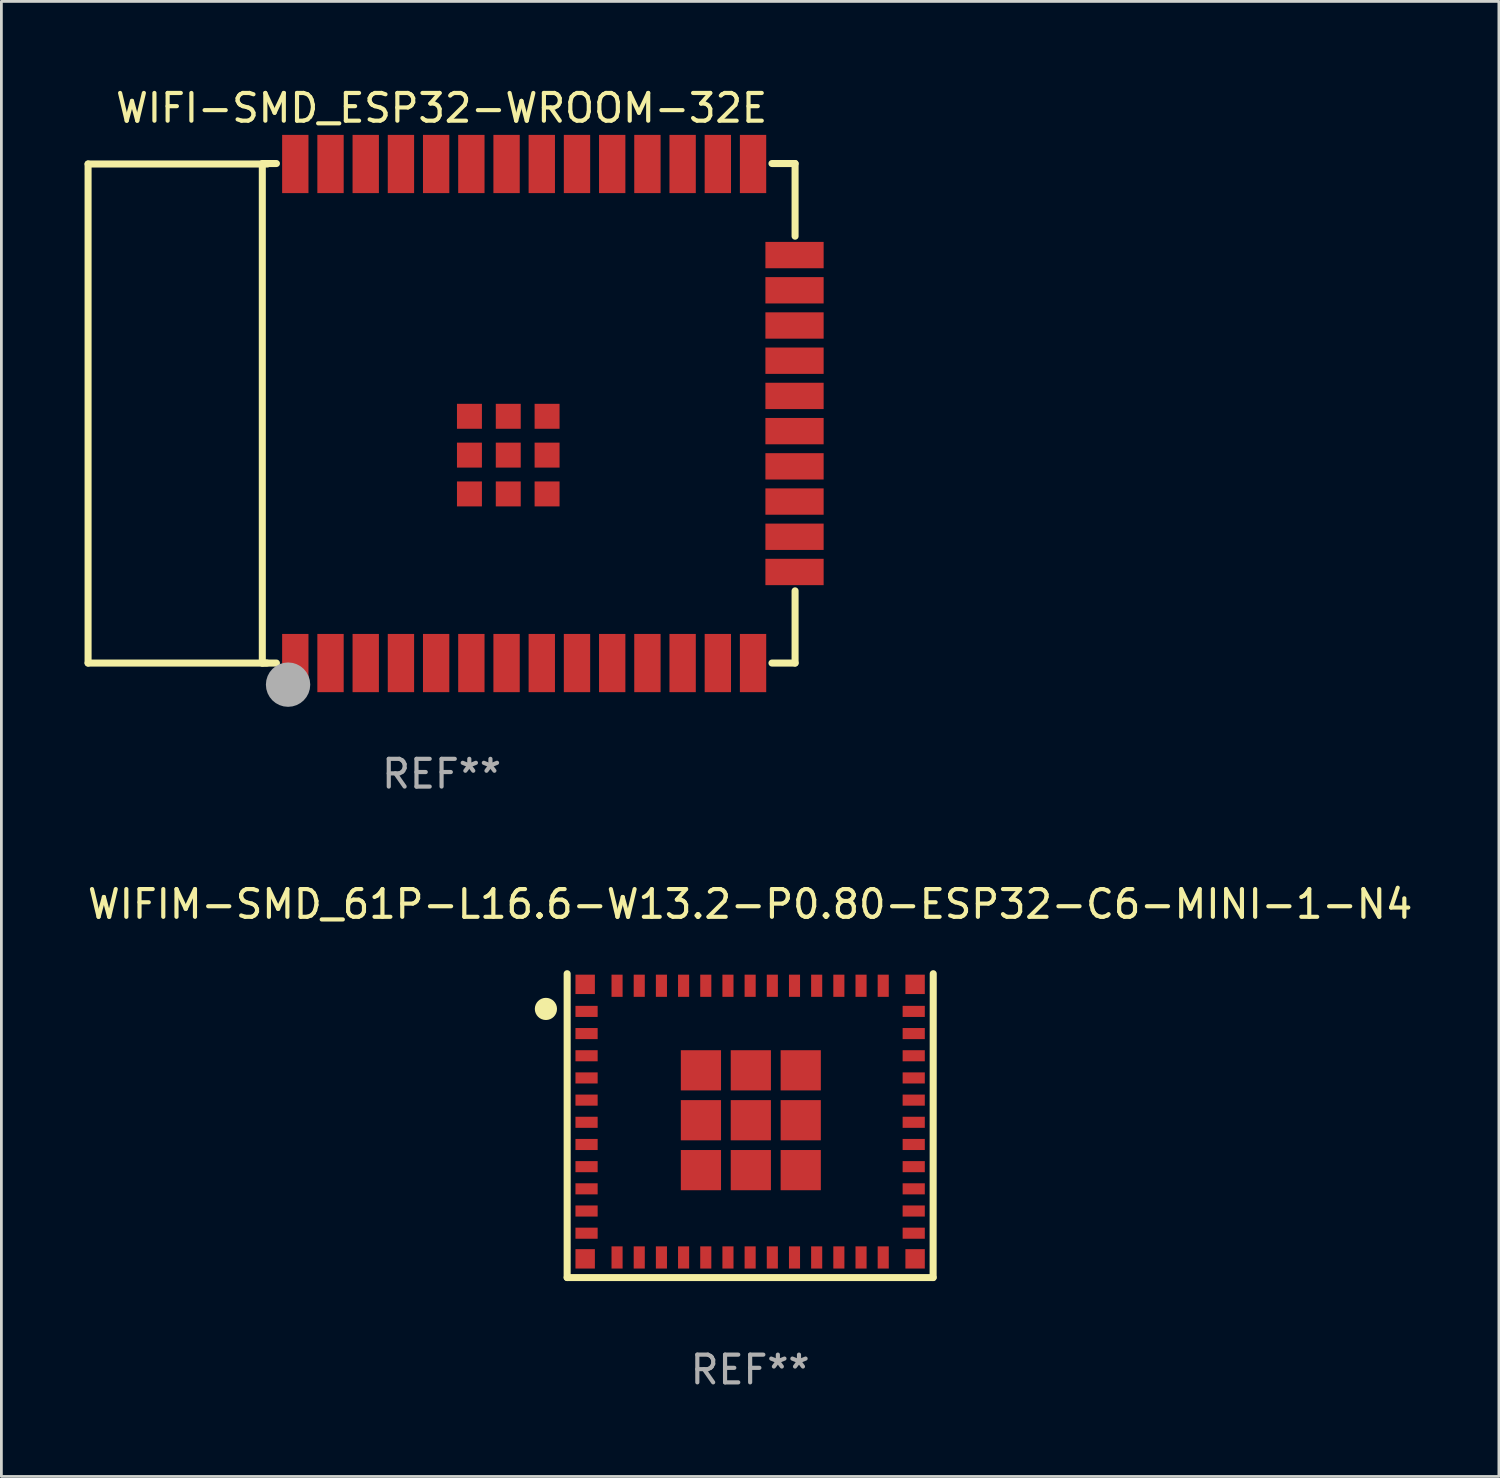
<source format=kicad_pcb>
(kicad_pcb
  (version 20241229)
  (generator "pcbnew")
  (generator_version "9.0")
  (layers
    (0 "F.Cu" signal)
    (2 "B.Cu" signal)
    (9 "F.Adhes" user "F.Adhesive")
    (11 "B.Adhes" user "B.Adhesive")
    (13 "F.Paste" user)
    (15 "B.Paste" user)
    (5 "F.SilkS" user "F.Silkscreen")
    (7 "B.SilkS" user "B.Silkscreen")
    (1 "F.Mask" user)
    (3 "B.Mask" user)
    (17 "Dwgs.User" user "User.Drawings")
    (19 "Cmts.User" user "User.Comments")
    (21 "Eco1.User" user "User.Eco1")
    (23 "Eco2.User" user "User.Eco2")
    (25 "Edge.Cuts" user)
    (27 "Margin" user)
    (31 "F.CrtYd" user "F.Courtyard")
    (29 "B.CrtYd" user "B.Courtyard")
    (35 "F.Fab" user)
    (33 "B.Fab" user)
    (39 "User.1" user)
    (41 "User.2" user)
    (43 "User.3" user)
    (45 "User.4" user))
  (footprint "WIFIM-SMD_61P-L16.6-W13.2-P0.80-ESP32-C6-MINI-1-N4"
    (layer "F.Cu")
    (at 24.006 37.404)
    (property "Reference" "WIFIM-SMD_61P-L16.6-W13.2-P0.80-ESP32-C6-MINI-1-N4" (at 0 -7.842 0) (layer "F.SilkS") (effects (font (size 1 1) (thickness 0.15))))
    (attr smd)
    (fp_line (start -6.6 -5.334) (end -6.6 5.625) (stroke (width 0.254) (type solid)) (layer "F.SilkS"))
    (fp_line (start -6.6 5.625) (end 6.6 5.625) (stroke (width 0.254) (type solid)) (layer "F.SilkS"))
    (fp_line (start 6.6 5.625) (end 6.604 -5.334) (stroke (width 0.254) (type solid)) (layer "F.SilkS"))
    (fp_circle (center -7.366 -4.064) (end -7.166 -4.064) (stroke (width 0.4) (type solid)) (fill no) (layer "F.SilkS"))
    (fp_text user "REF**" (at 0 8.95 0) (layer "F.Fab") (effects (font (size 1 1) (thickness 0.15))))
    (pad "1" smd rect (at -5.9 -3.975) (size 0.8 0.4) (layers "F.Cu" "F.Mask" "F.Paste"))
    (pad "2" smd rect (at -5.9 -3.175) (size 0.8 0.4) (layers "F.Cu" "F.Mask" "F.Paste"))
    (pad "3" smd rect (at -5.9 -2.375) (size 0.8 0.4) (layers "F.Cu" "F.Mask" "F.Paste"))
    (pad "4" smd rect (at -5.9 -1.575) (size 0.8 0.4) (layers "F.Cu" "F.Mask" "F.Paste"))
    (pad "5" smd rect (at -5.9 -0.775) (size 0.8 0.4) (layers "F.Cu" "F.Mask" "F.Paste"))
    (pad "6" smd rect (at -5.9 0.025) (size 0.8 0.4) (layers "F.Cu" "F.Mask" "F.Paste"))
    (pad "7" smd rect (at -5.9 0.825) (size 0.8 0.4) (layers "F.Cu" "F.Mask" "F.Paste"))
    (pad "8" smd rect (at -5.9 1.625) (size 0.8 0.4) (layers "F.Cu" "F.Mask" "F.Paste"))
    (pad "9" smd rect (at -5.9 2.425) (size 0.8 0.4) (layers "F.Cu" "F.Mask" "F.Paste"))
    (pad "10" smd rect (at -5.9 3.225) (size 0.8 0.4) (layers "F.Cu" "F.Mask" "F.Paste"))
    (pad "11" smd rect (at -5.9 4.025) (size 0.8 0.4) (layers "F.Cu" "F.Mask" "F.Paste"))
    (pad "12" smd rect (at -4.8 4.9 270) (size 0.8 0.4) (layers "F.Cu" "F.Mask" "F.Paste"))
    (pad "13" smd rect (at -4 4.9 270) (size 0.8 0.4) (layers "F.Cu" "F.Mask" "F.Paste"))
    (pad "14" smd rect (at -3.2 4.9 270) (size 0.8 0.4) (layers "F.Cu" "F.Mask" "F.Paste"))
    (pad "15" smd rect (at -2.4 4.9 270) (size 0.8 0.4) (layers "F.Cu" "F.Mask" "F.Paste"))
    (pad "16" smd rect (at -1.6 4.9 270) (size 0.8 0.4) (layers "F.Cu" "F.Mask" "F.Paste"))
    (pad "17" smd rect (at -0.8 4.9 270) (size 0.8 0.4) (layers "F.Cu" "F.Mask" "F.Paste"))
    (pad "18" smd rect (at -0.000152 4.9 270) (size 0.8 0.4) (layers "F.Cu" "F.Mask" "F.Paste"))
    (pad "19" smd rect (at 0.8 4.9 270) (size 0.8 0.4) (layers "F.Cu" "F.Mask" "F.Paste"))
    (pad "20" smd rect (at 1.6 4.9 270) (size 0.8 0.4) (layers "F.Cu" "F.Mask" "F.Paste"))
    (pad "21" smd rect (at 2.4 4.9 270) (size 0.8 0.4) (layers "F.Cu" "F.Mask" "F.Paste"))
    (pad "22" smd rect (at 3.2 4.9 270) (size 0.8 0.4) (layers "F.Cu" "F.Mask" "F.Paste"))
    (pad "23" smd rect (at 4 4.9 270) (size 0.8 0.4) (layers "F.Cu" "F.Mask" "F.Paste"))
    (pad "24" smd rect (at 4.8 4.9 270) (size 0.8 0.4) (layers "F.Cu" "F.Mask" "F.Paste"))
    (pad "25" smd rect (at 5.9 4.025) (size 0.8 0.4) (layers "F.Cu" "F.Mask" "F.Paste"))
    (pad "26" smd rect (at 5.9 3.225) (size 0.8 0.4) (layers "F.Cu" "F.Mask" "F.Paste"))
    (pad "27" smd rect (at 5.9 2.425) (size 0.8 0.4) (layers "F.Cu" "F.Mask" "F.Paste"))
    (pad "28" smd rect (at 5.9 1.625) (size 0.8 0.4) (layers "F.Cu" "F.Mask" "F.Paste"))
    (pad "29" smd rect (at 5.9 0.825) (size 0.8 0.4) (layers "F.Cu" "F.Mask" "F.Paste"))
    (pad "30" smd rect (at 5.9 0.025) (size 0.8 0.4) (layers "F.Cu" "F.Mask" "F.Paste"))
    (pad "31" smd rect (at 5.9 -0.775) (size 0.8 0.4) (layers "F.Cu" "F.Mask" "F.Paste"))
    (pad "32" smd rect (at 5.9 -1.575) (size 0.8 0.4) (layers "F.Cu" "F.Mask" "F.Paste"))
    (pad "33" smd rect (at 5.9 -2.375) (size 0.8 0.4) (layers "F.Cu" "F.Mask" "F.Paste"))
    (pad "34" smd rect (at 5.9 -3.175) (size 0.8 0.4) (layers "F.Cu" "F.Mask" "F.Paste"))
    (pad "35" smd rect (at 5.9 -3.975) (size 0.8 0.4) (layers "F.Cu" "F.Mask" "F.Paste"))
    (pad "36" smd rect (at 4.8 -4.9 270) (size 0.8 0.4) (layers "F.Cu" "F.Mask" "F.Paste"))
    (pad "37" smd rect (at 4 -4.9 270) (size 0.8 0.4) (layers "F.Cu" "F.Mask" "F.Paste"))
    (pad "38" smd rect (at 3.2 -4.9 270) (size 0.8 0.4) (layers "F.Cu" "F.Mask" "F.Paste"))
    (pad "39" smd rect (at 2.4 -4.9 270) (size 0.8 0.4) (layers "F.Cu" "F.Mask" "F.Paste"))
    (pad "40" smd rect (at 1.6 -4.9 270) (size 0.8 0.4) (layers "F.Cu" "F.Mask" "F.Paste"))
    (pad "41" smd rect (at 0.8 -4.9 270) (size 0.8 0.4) (layers "F.Cu" "F.Mask" "F.Paste"))
    (pad "42" smd rect (at 0.000102 -4.9 270) (size 0.8 0.4) (layers "F.Cu" "F.Mask" "F.Paste"))
    (pad "43" smd rect (at -0.8 -4.9 270) (size 0.8 0.4) (layers "F.Cu" "F.Mask" "F.Paste"))
    (pad "44" smd rect (at -1.6 -4.9 270) (size 0.8 0.4) (layers "F.Cu" "F.Mask" "F.Paste"))
    (pad "45" smd rect (at -2.4 -4.9 270) (size 0.8 0.4) (layers "F.Cu" "F.Mask" "F.Paste"))
    (pad "46" smd rect (at -3.2 -4.9 270) (size 0.8 0.4) (layers "F.Cu" "F.Mask" "F.Paste"))
    (pad "47" smd rect (at -4 -4.9 270) (size 0.8 0.4) (layers "F.Cu" "F.Mask" "F.Paste"))
    (pad "48" smd rect (at -4.8 -4.9 270) (size 0.8 0.4) (layers "F.Cu" "F.Mask" "F.Paste"))
    (pad "49" smd rect (at -1.775 -1.85) (size 1.45 1.45) (layers "F.Cu" "F.Mask" "F.Paste"))
    (pad "49" smd rect (at -1.775 -0.05) (size 1.45 1.45) (layers "F.Cu" "F.Mask" "F.Paste"))
    (pad "49" smd rect (at -1.775 1.75) (size 1.45 1.45) (layers "F.Cu" "F.Mask" "F.Paste"))
    (pad "49" smd rect (at 0.025 -1.85) (size 1.45 1.45) (layers "F.Cu" "F.Mask" "F.Paste"))
    (pad "49" smd rect (at 0.025 -0.05) (size 1.45 1.45) (layers "F.Cu" "F.Mask" "F.Paste"))
    (pad "49" smd rect (at 0.025 1.75) (size 1.45 1.45) (layers "F.Cu" "F.Mask" "F.Paste"))
    (pad "49" smd rect (at 1.825 -1.85) (size 1.45 1.45) (layers "F.Cu" "F.Mask" "F.Paste"))
    (pad "49" smd rect (at 1.825 -0.05) (size 1.45 1.45) (layers "F.Cu" "F.Mask" "F.Paste"))
    (pad "49" smd rect (at 1.825 1.75) (size 1.45 1.45) (layers "F.Cu" "F.Mask" "F.Paste"))
    (pad "50" smd rect (at 5.95 -4.95) (size 0.7 0.7) (layers "F.Cu" "F.Mask" "F.Paste"))
    (pad "51" smd rect (at 5.95 4.95) (size 0.7 0.7) (layers "F.Cu" "F.Mask" "F.Paste"))
    (pad "52" smd rect (at -5.95 4.95) (size 0.7 0.7) (layers "F.Cu" "F.Mask" "F.Paste"))
    (pad "53" smd rect (at -5.95 -4.95) (size 0.7 0.7) (layers "F.Cu" "F.Mask" "F.Paste")))
  (footprint "WIFI-SMD_ESP32-WROOM-32E"
    (layer "F.Cu")
    (at 16.604 11.865)
    (property "Reference" "WIFI-SMD_ESP32-WROOM-32E" (at -3.727 -11.017 0) (layer "F.SilkS") (effects (font (size 1 1) (thickness 0.15))))
    (attr through_hole)
    (fp_line (start -16.477 -9) (end -16.477 9) (stroke (width 0.254) (type solid)) (layer "F.SilkS"))
    (fp_line (start -16.477 -9) (end -10.011 -9) (stroke (width 0.254) (type solid)) (layer "F.SilkS"))
    (fp_line (start -16.477 9) (end -10.027 9) (stroke (width 0.254) (type solid)) (layer "F.SilkS"))
    (fp_line (start -10.193 -9) (end -10.193 9) (stroke (width 0.254) (type solid)) (layer "F.SilkS"))
    (fp_line (start -10.193 9) (end -9.684 9) (stroke (width 0.254) (type solid)) (layer "F.SilkS"))
    (fp_line (start -9.684 -9.017) (end -10.193 -9.017) (stroke (width 0.254) (type solid)) (layer "F.SilkS"))
    (fp_line (start 8.189 9) (end 9.023 9) (stroke (width 0.254) (type solid)) (layer "F.SilkS"))
    (fp_line (start 9.023 -9.017) (end 8.189 -9.017) (stroke (width 0.254) (type solid)) (layer "F.SilkS"))
    (fp_line (start 9.023 -6.396) (end 9.023 -9.017) (stroke (width 0.254) (type solid)) (layer "F.SilkS"))
    (fp_line (start 9.023 9) (end 9.023 6.396) (stroke (width 0.254) (type solid)) (layer "F.SilkS"))
    (fp_circle (center -16.528 9) (end -16.498 9) (stroke (width 0.06) (type solid)) (fill no) (layer "F.SilkS"))
    (fp_circle (center -9.264 9.779) (end -8.864 9.779) (stroke (width 0.8) (type solid)) (fill no) (layer "F.Fab"))
    (fp_text user "REF**" (at -3.727 13 0) (layer "F.Fab") (effects (font (size 1 1) (thickness 0.15))))
    (pad "1" smd rect (at -9.003 9) (size 0.95 2.1) (layers "F.Cu" "F.Mask" "F.Paste"))
    (pad "2" smd rect (at -7.733 9) (size 0.95 2.1) (layers "F.Cu" "F.Mask" "F.Paste"))
    (pad "3" smd rect (at -6.463 9) (size 0.95 2.1) (layers "F.Cu" "F.Mask" "F.Paste"))
    (pad "4" smd rect (at -5.193 9) (size 0.95 2.1) (layers "F.Cu" "F.Mask" "F.Paste"))
    (pad "5" smd rect (at -3.923 9) (size 0.95 2.1) (layers "F.Cu" "F.Mask" "F.Paste"))
    (pad "6" smd rect (at -2.653 9) (size 0.95 2.1) (layers "F.Cu" "F.Mask" "F.Paste"))
    (pad "7" smd rect (at -1.383 9) (size 0.95 2.1) (layers "F.Cu" "F.Mask" "F.Paste"))
    (pad "8" smd rect (at -0.113 9) (size 0.95 2.1) (layers "F.Cu" "F.Mask" "F.Paste"))
    (pad "9" smd rect (at 1.157 9) (size 0.95 2.1) (layers "F.Cu" "F.Mask" "F.Paste"))
    (pad "10" smd rect (at 2.427 9) (size 0.95 2.1) (layers "F.Cu" "F.Mask" "F.Paste"))
    (pad "11" smd rect (at 3.697 9) (size 0.95 2.1) (layers "F.Cu" "F.Mask" "F.Paste"))
    (pad "12" smd rect (at 4.967 9) (size 0.95 2.1) (layers "F.Cu" "F.Mask" "F.Paste"))
    (pad "13" smd rect (at 6.237 9) (size 0.95 2.1) (layers "F.Cu" "F.Mask" "F.Paste"))
    (pad "14" smd rect (at 7.507 9) (size 0.95 2.1) (layers "F.Cu" "F.Mask" "F.Paste"))
    (pad "15" smd rect (at 9.003 5.715) (size 2.1 0.95) (layers "F.Cu" "F.Mask" "F.Paste"))
    (pad "16" smd rect (at 9.003 4.445) (size 2.1 0.95) (layers "F.Cu" "F.Mask" "F.Paste"))
    (pad "17" smd rect (at 9.003 3.175) (size 2.1 0.95) (layers "F.Cu" "F.Mask" "F.Paste"))
    (pad "18" smd rect (at 9.003 1.905) (size 2.1 0.95) (layers "F.Cu" "F.Mask" "F.Paste"))
    (pad "19" smd rect (at 9.003 0.635) (size 2.1 0.95) (layers "F.Cu" "F.Mask" "F.Paste"))
    (pad "20" smd rect (at 9.003 -0.635) (size 2.1 0.95) (layers "F.Cu" "F.Mask" "F.Paste"))
    (pad "21" smd rect (at 9.003 -1.905) (size 2.1 0.95) (layers "F.Cu" "F.Mask" "F.Paste"))
    (pad "22" smd rect (at 9.003 -3.175) (size 2.1 0.95) (layers "F.Cu" "F.Mask" "F.Paste"))
    (pad "23" smd rect (at 9.003 -4.445) (size 2.1 0.95) (layers "F.Cu" "F.Mask" "F.Paste"))
    (pad "24" smd rect (at 9.003 -5.715) (size 2.1 0.95) (layers "F.Cu" "F.Mask" "F.Paste"))
    (pad "25" smd rect (at 7.507 -9) (size 0.95 2.1) (layers "F.Cu" "F.Mask" "F.Paste"))
    (pad "26" smd rect (at 6.237 -9) (size 0.95 2.1) (layers "F.Cu" "F.Mask" "F.Paste"))
    (pad "27" smd rect (at 4.967 -9) (size 0.95 2.1) (layers "F.Cu" "F.Mask" "F.Paste"))
    (pad "28" smd rect (at 3.697 -9) (size 0.95 2.1) (layers "F.Cu" "F.Mask" "F.Paste"))
    (pad "29" smd rect (at 2.427 -9) (size 0.95 2.1) (layers "F.Cu" "F.Mask" "F.Paste"))
    (pad "30" smd rect (at 1.157 -9) (size 0.95 2.1) (layers "F.Cu" "F.Mask" "F.Paste"))
    (pad "31" smd rect (at -0.113 -9) (size 0.95 2.1) (layers "F.Cu" "F.Mask" "F.Paste"))
    (pad "32" smd rect (at -1.383 -9) (size 0.95 2.1) (layers "F.Cu" "F.Mask" "F.Paste"))
    (pad "33" smd rect (at -2.653 -9) (size 0.95 2.1) (layers "F.Cu" "F.Mask" "F.Paste"))
    (pad "34" smd rect (at -3.923 -9) (size 0.95 2.1) (layers "F.Cu" "F.Mask" "F.Paste"))
    (pad "35" smd rect (at -5.193 -9) (size 0.95 2.1) (layers "F.Cu" "F.Mask" "F.Paste"))
    (pad "36" smd rect (at -6.463 -9) (size 0.95 2.1) (layers "F.Cu" "F.Mask" "F.Paste"))
    (pad "37" smd rect (at -7.733 -9) (size 0.95 2.1) (layers "F.Cu" "F.Mask" "F.Paste"))
    (pad "38" smd rect (at -9.003 -9) (size 0.95 2.1) (layers "F.Cu" "F.Mask" "F.Paste"))
    (pad "39" smd rect (at -2.722 0.1 180) (size 0.9 0.9) (layers "F.Cu" "F.Mask" "F.Paste"))
    (pad "39" smd rect (at -2.722 1.5 180) (size 0.9 0.9) (layers "F.Cu" "F.Mask" "F.Paste"))
    (pad "39" smd rect (at -2.722 2.9 180) (size 0.9 0.9) (layers "F.Cu" "F.Mask" "F.Paste"))
    (pad "39" smd rect (at -1.322 0.1 180) (size 0.9 0.9) (layers "F.Cu" "F.Mask" "F.Paste"))
    (pad "39" smd rect (at -1.322 1.5 180) (size 0.9 0.9) (layers "F.Cu" "F.Mask" "F.Paste"))
    (pad "39" smd rect (at -1.322 2.9 180) (size 0.9 0.9) (layers "F.Cu" "F.Mask" "F.Paste"))
    (pad "39" smd rect (at 0.078 0.1 180) (size 0.9 0.9) (layers "F.Cu" "F.Mask" "F.Paste"))
    (pad "39" smd rect (at 0.078 1.5 180) (size 0.9 0.9) (layers "F.Cu" "F.Mask" "F.Paste"))
    (pad "39" smd rect (at 0.078 2.9 180) (size 0.9 0.9) (layers "F.Cu" "F.Mask" "F.Paste")))
  (gr_rect
    (start -3 -3)
    (end 51.012 50.202)
    (stroke (width 0.1) (type default))
    (fill no)
    (layer "Edge.Cuts")))
</source>
